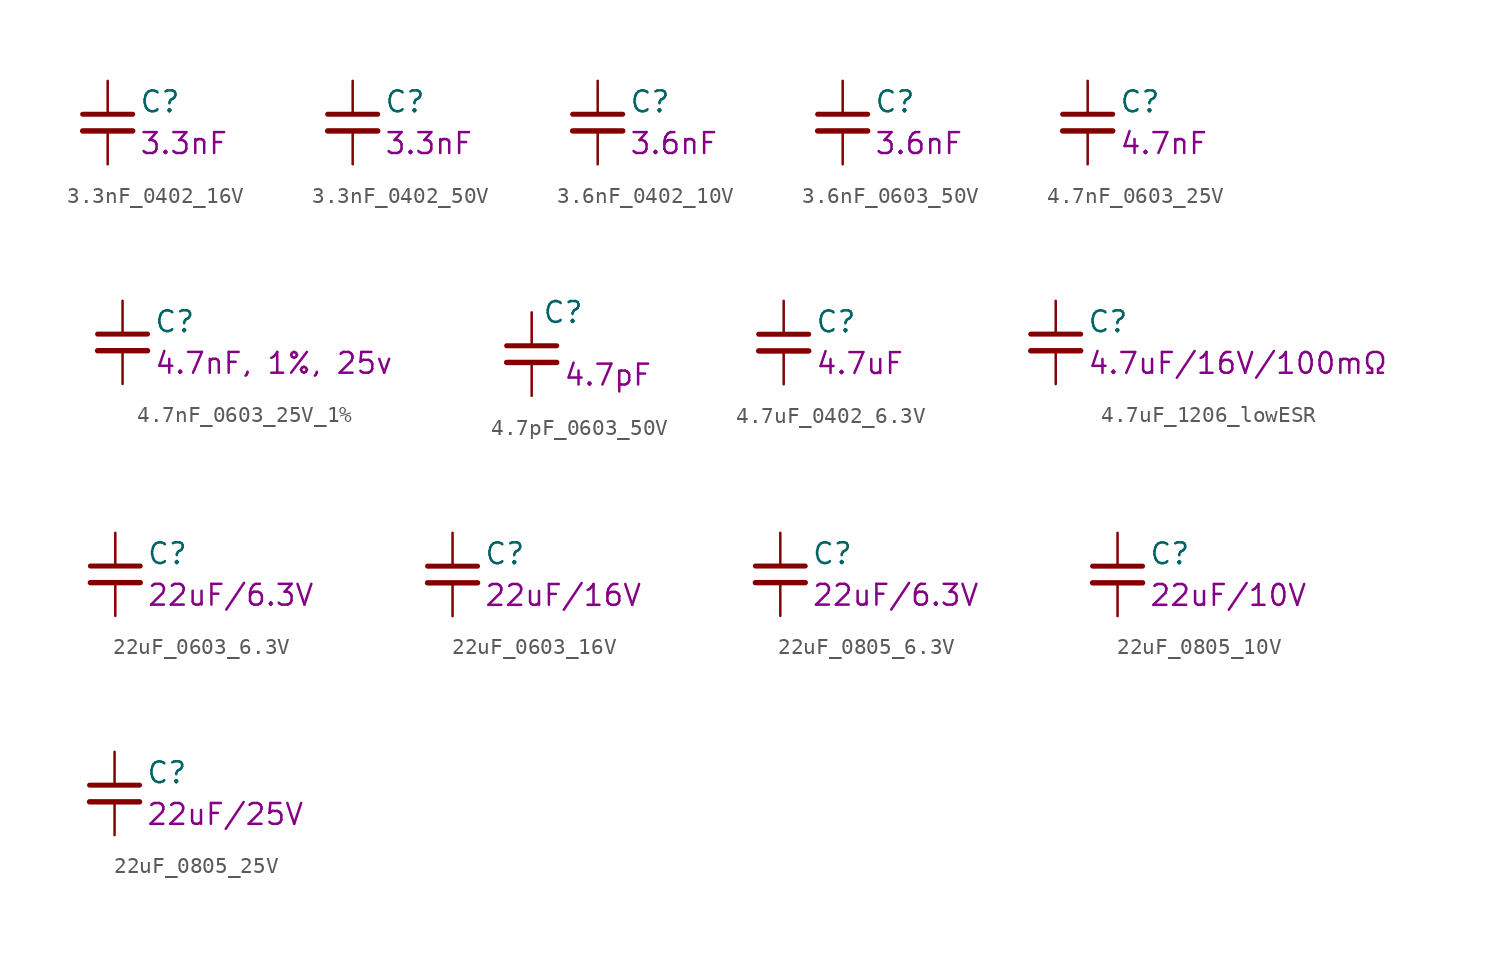
<source format=kicad_sym>
(kicad_symbol_lib
  (version 20211014)
  (generator kicad_symbol_editor)
  (symbol "3.3nF_0402_16V"
    (pin_numbers hide)
    (pin_names
      (offset 0.254) hide)
    (property "Reference" "C"
      (at 1.905 1.27 0)
      (effects (font (size 1.27 1.27)) (justify left)))
    (property "Display" "3.3nF"
      (at 1.905 -1.27 0)
      (effects (font (size 1.27 1.27)) (justify left)))
    (symbol "3.3nF_0402_16V_0_1"
      (polyline (pts (xy -1.524 -0.508) (xy 1.524 -0.508)) (stroke (width 0.33) (type default) (color 0 0 0 0)) (fill (type none)))
      (polyline (pts (xy -1.524 0.508) (xy 1.524 0.508)) (stroke (width 0.305) (type default) (color 0 0 0 0)) (fill (type none))))
    (symbol "3.3nF_0402_16V_1_1"
      (pin passive line (at 0 2.54 270) (length 2.032) (name "~" (effects (font (size 1.27 1.27)))) (number "1" (effects (font (size 1.27 1.27)))))
      (pin passive line (at 0 -2.54 90) (length 2.032) (name "~" (effects (font (size 1.27 1.27)))) (number "2" (effects (font (size 1.27 1.27)))))))
  (symbol "3.3nF_0402_50V"
    (pin_numbers hide)
    (pin_names
      (offset 0.254) hide)
    (property "Reference" "C"
      (at 1.905 1.27 0)
      (effects (font (size 1.27 1.27)) (justify left)))
    (property "Display" "3.3nF"
      (at 1.905 -1.27 0)
      (effects (font (size 1.27 1.27)) (justify left)))
    (symbol "3.3nF_0402_50V_0_1"
      (polyline (pts (xy -1.524 -0.508) (xy 1.524 -0.508)) (stroke (width 0.33) (type default) (color 0 0 0 0)) (fill (type none)))
      (polyline (pts (xy -1.524 0.508) (xy 1.524 0.508)) (stroke (width 0.305) (type default) (color 0 0 0 0)) (fill (type none))))
    (symbol "3.3nF_0402_50V_1_1"
      (pin passive line (at 0 2.54 270) (length 2.032) (name "~" (effects (font (size 1.27 1.27)))) (number "1" (effects (font (size 1.27 1.27)))))
      (pin passive line (at 0 -2.54 90) (length 2.032) (name "~" (effects (font (size 1.27 1.27)))) (number "2" (effects (font (size 1.27 1.27)))))))
  (symbol "3.6nF_0402_10V"
    (pin_numbers hide)
    (pin_names
      (offset 0.254) hide)
    (property "Reference" "C"
      (at 1.905 1.27 0)
      (effects (font (size 1.27 1.27)) (justify left)))
    (property "Display" "3.6nF"
      (at 1.905 -1.27 0)
      (effects (font (size 1.27 1.27)) (justify left)))
    (symbol "3.6nF_0402_10V_0_1"
      (polyline (pts (xy -1.524 -0.508) (xy 1.524 -0.508)) (stroke (width 0.33) (type default) (color 0 0 0 0)) (fill (type none)))
      (polyline (pts (xy -1.524 0.508) (xy 1.524 0.508)) (stroke (width 0.305) (type default) (color 0 0 0 0)) (fill (type none))))
    (symbol "3.6nF_0402_10V_1_1"
      (pin passive line (at 0 2.54 270) (length 2.032) (name "~" (effects (font (size 1.27 1.27)))) (number "1" (effects (font (size 1.27 1.27)))))
      (pin passive line (at 0 -2.54 90) (length 2.032) (name "~" (effects (font (size 1.27 1.27)))) (number "2" (effects (font (size 1.27 1.27)))))))
  (symbol "3.6nF_0603_50V"
    (pin_numbers hide)
    (pin_names
      (offset 0.254) hide)
    (property "Reference" "C"
      (at 1.905 1.27 0)
      (effects (font (size 1.27 1.27)) (justify left)))
    (property "Display" "3.6nF"
      (at 1.905 -1.27 0)
      (effects (font (size 1.27 1.27)) (justify left)))
    (symbol "3.6nF_0603_50V_0_1"
      (polyline (pts (xy -1.524 -0.508) (xy 1.524 -0.508)) (stroke (width 0.33) (type default) (color 0 0 0 0)) (fill (type none)))
      (polyline (pts (xy -1.524 0.508) (xy 1.524 0.508)) (stroke (width 0.305) (type default) (color 0 0 0 0)) (fill (type none))))
    (symbol "3.6nF_0603_50V_1_1"
      (pin passive line (at 0 2.54 270) (length 2.032) (name "~" (effects (font (size 1.27 1.27)))) (number "1" (effects (font (size 1.27 1.27)))))
      (pin passive line (at 0 -2.54 90) (length 2.032) (name "~" (effects (font (size 1.27 1.27)))) (number "2" (effects (font (size 1.27 1.27)))))))
  (symbol "4.7nF_0603_25V"
    (pin_numbers hide)
    (pin_names
      (offset 0.254) hide)
    (property "Reference" "C"
      (at 1.905 1.27 0)
      (effects (font (size 1.27 1.27)) (justify left)))
    (property "Display" "4.7nF"
      (at 1.905 -1.27 0)
      (effects (font (size 1.27 1.27)) (justify left)))
    (symbol "4.7nF_0603_25V_0_1"
      (polyline (pts (xy -1.524 -0.508) (xy 1.524 -0.508)) (stroke (width 0.33) (type default) (color 0 0 0 0)) (fill (type none)))
      (polyline (pts (xy -1.524 0.508) (xy 1.524 0.508)) (stroke (width 0.305) (type default) (color 0 0 0 0)) (fill (type none))))
    (symbol "4.7nF_0603_25V_1_1"
      (pin passive line (at 0 2.54 270) (length 2.032) (name "~" (effects (font (size 1.27 1.27)))) (number "1" (effects (font (size 1.27 1.27)))))
      (pin passive line (at 0 -2.54 90) (length 2.032) (name "~" (effects (font (size 1.27 1.27)))) (number "2" (effects (font (size 1.27 1.27)))))))
  (symbol "4.7nF_0603_25V_1%"
    (pin_numbers hide)
    (pin_names
      (offset 0.254) hide)
    (property "Reference" "C"
      (at 1.905 1.27 0)
      (effects (font (size 1.27 1.27)) (justify left)))
    (property "Display" "4.7nF, 1%, 25v"
      (at 1.905 -1.27 0)
      (effects (font (size 1.27 1.27)) (justify left)))
    (symbol "4.7nF_0603_25V_1%_0_1"
      (polyline (pts (xy -1.524 -0.508) (xy 1.524 -0.508)) (stroke (width 0.33) (type default) (color 0 0 0 0)) (fill (type none)))
      (polyline (pts (xy -1.524 0.508) (xy 1.524 0.508)) (stroke (width 0.305) (type default) (color 0 0 0 0)) (fill (type none))))
    (symbol "4.7nF_0603_25V_1%_1_1"
      (pin passive line (at 0 2.54 270) (length 2.032) (name "~" (effects (font (size 1.27 1.27)))) (number "1" (effects (font (size 1.27 1.27)))))
      (pin passive line (at 0 -2.54 90) (length 2.032) (name "~" (effects (font (size 1.27 1.27)))) (number "2" (effects (font (size 1.27 1.27)))))))
  (symbol "4.7pF_0603_50V"
    (pin_numbers hide)
    (pin_names
      (offset 0.254))
    (property "Reference" "C"
      (at 0.635 2.54 0)
      (effects (font (size 1.27 1.27)) (justify left)))
    (property "Display" "4.7pF"
      (at 1.905 -1.27 0)
      (effects (font (size 1.27 1.27)) (justify left)))
    (symbol "4.7pF_0603_50V_1_1"
      (polyline (pts (xy -1.524 -0.508) (xy 1.524 -0.508)) (stroke (width 0.33) (type default) (color 0 0 0 0)) (fill (type none)))
      (polyline (pts (xy -1.524 0.508) (xy 1.524 0.508)) (stroke (width 0.305) (type default) (color 0 0 0 0)) (fill (type none)))
      (pin passive line (at 0 2.54 270) (length 2.032) (name "~" (effects (font (size 1.27 1.27)))) (number "1" (effects (font (size 1.27 1.27)))))
      (pin passive line (at 0 -2.54 90) (length 2.032) (name "~" (effects (font (size 1.27 1.27)))) (number "2" (effects (font (size 1.27 1.27)))))))
  (symbol "4.7uF_0402_6.3V"
    (pin_numbers hide)
    (pin_names
      (offset 0.254) hide)
    (property "Reference" "C"
      (at 1.905 1.27 0)
      (effects (font (size 1.27 1.27)) (justify left)))
    (property "Display" "4.7uF"
      (at 1.905 -1.27 0)
      (effects (font (size 1.27 1.27)) (justify left)))
    (symbol "4.7uF_0402_6.3V_0_1"
      (polyline (pts (xy -1.524 -0.508) (xy 1.524 -0.508)) (stroke (width 0.33) (type default) (color 0 0 0 0)) (fill (type none)))
      (polyline (pts (xy -1.524 0.508) (xy 1.524 0.508)) (stroke (width 0.305) (type default) (color 0 0 0 0)) (fill (type none))))
    (symbol "4.7uF_0402_6.3V_1_1"
      (pin passive line (at 0 2.54 270) (length 2.032) (name "~" (effects (font (size 1.27 1.27)))) (number "1" (effects (font (size 1.27 1.27)))))
      (pin passive line (at 0 -2.54 90) (length 2.032) (name "~" (effects (font (size 1.27 1.27)))) (number "2" (effects (font (size 1.27 1.27)))))))
  (symbol "4.7uF_1206_lowESR"
    (pin_numbers hide)
    (pin_names
      (offset 0.254) hide)
    (property "Reference" "C"
      (at 1.905 1.27 0)
      (effects (font (size 1.27 1.27)) (justify left)))
    (property "Display" "4.7uF/16V/100mΩ"
      (at 1.905 -1.27 0)
      (effects (font (size 1.27 1.27)) (justify left)))
    (symbol "4.7uF_1206_lowESR_0_1"
      (polyline (pts (xy -1.524 -0.508) (xy 1.524 -0.508)) (stroke (width 0.33) (type default) (color 0 0 0 0)) (fill (type none)))
      (polyline (pts (xy -1.524 0.508) (xy 1.524 0.508)) (stroke (width 0.305) (type default) (color 0 0 0 0)) (fill (type none))))
    (symbol "4.7uF_1206_lowESR_1_1"
      (pin passive line (at 0 2.54 270) (length 2.032) (name "~" (effects (font (size 1.27 1.27)))) (number "1" (effects (font (size 1.27 1.27)))))
      (pin passive line (at 0 -2.54 90) (length 2.032) (name "~" (effects (font (size 1.27 1.27)))) (number "2" (effects (font (size 1.27 1.27)))))))
  (symbol "22uF_0603_6.3V"
    (pin_numbers hide)
    (pin_names
      (offset 0.254) hide)
    (property "Reference" "C"
      (at 1.905 1.27 0)
      (effects (font (size 1.27 1.27)) (justify left)))
    (property "Display" "22uF/6.3V"
      (at 1.905 -1.27 0)
      (effects (font (size 1.27 1.27)) (justify left)))
    (symbol "22uF_0603_6.3V_0_1"
      (polyline (pts (xy -1.524 -0.508) (xy 1.524 -0.508)) (stroke (width 0.33) (type default) (color 0 0 0 0)) (fill (type none)))
      (polyline (pts (xy -1.524 0.508) (xy 1.524 0.508)) (stroke (width 0.305) (type default) (color 0 0 0 0)) (fill (type none))))
    (symbol "22uF_0603_6.3V_1_1"
      (pin passive line (at 0 2.54 270) (length 2.032) (name "~" (effects (font (size 1.27 1.27)))) (number "1" (effects (font (size 1.27 1.27)))))
      (pin passive line (at 0 -2.54 90) (length 2.032) (name "~" (effects (font (size 1.27 1.27)))) (number "2" (effects (font (size 1.27 1.27)))))))
  (symbol "22uF_0603_16V"
    (pin_numbers hide)
    (pin_names
      (offset 0.254) hide)
    (property "Reference" "C"
      (at 1.905 1.27 0)
      (effects (font (size 1.27 1.27)) (justify left)))
    (property "Display" "22uF/16V"
      (at 1.905 -1.27 0)
      (effects (font (size 1.27 1.27)) (justify left)))
    (symbol "22uF_0603_16V_0_1"
      (polyline (pts (xy -1.524 -0.508) (xy 1.524 -0.508)) (stroke (width 0.33) (type default) (color 0 0 0 0)) (fill (type none)))
      (polyline (pts (xy -1.524 0.508) (xy 1.524 0.508)) (stroke (width 0.305) (type default) (color 0 0 0 0)) (fill (type none))))
    (symbol "22uF_0603_16V_1_1"
      (pin passive line (at 0 2.54 270) (length 2.032) (name "~" (effects (font (size 1.27 1.27)))) (number "1" (effects (font (size 1.27 1.27)))))
      (pin passive line (at 0 -2.54 90) (length 2.032) (name "~" (effects (font (size 1.27 1.27)))) (number "2" (effects (font (size 1.27 1.27)))))))
  (symbol "22uF_0805_6.3V"
    (pin_numbers hide)
    (pin_names
      (offset 0.254) hide)
    (property "Reference" "C"
      (at 1.905 1.27 0)
      (effects (font (size 1.27 1.27)) (justify left)))
    (property "Display" "22uF/6.3V"
      (at 1.905 -1.27 0)
      (effects (font (size 1.27 1.27)) (justify left)))
    (symbol "22uF_0805_6.3V_0_1"
      (polyline (pts (xy -1.524 -0.508) (xy 1.524 -0.508)) (stroke (width 0.33) (type default) (color 0 0 0 0)) (fill (type none)))
      (polyline (pts (xy -1.524 0.508) (xy 1.524 0.508)) (stroke (width 0.305) (type default) (color 0 0 0 0)) (fill (type none))))
    (symbol "22uF_0805_6.3V_1_1"
      (pin passive line (at 0 2.54 270) (length 2.032) (name "~" (effects (font (size 1.27 1.27)))) (number "1" (effects (font (size 1.27 1.27)))))
      (pin passive line (at 0 -2.54 90) (length 2.032) (name "~" (effects (font (size 1.27 1.27)))) (number "2" (effects (font (size 1.27 1.27)))))))
  (symbol "22uF_0805_10V"
    (pin_numbers hide)
    (pin_names
      (offset 0.254))
    (property "Reference" "C"
      (at 1.905 1.27 0)
      (effects (font (size 1.27 1.27)) (justify left)))
    (property "Display" "22uF/10V"
      (at 1.905 -1.27 0)
      (effects (font (size 1.27 1.27)) (justify left)))
    (symbol "22uF_0805_10V_1_1"
      (polyline (pts (xy -1.524 -0.508) (xy 1.524 -0.508)) (stroke (width 0.33) (type default) (color 0 0 0 0)) (fill (type none)))
      (polyline (pts (xy -1.524 0.508) (xy 1.524 0.508)) (stroke (width 0.305) (type default) (color 0 0 0 0)) (fill (type none)))
      (pin passive line (at 0 2.54 270) (length 2.032) (name "~" (effects (font (size 1.27 1.27)))) (number "1" (effects (font (size 1.27 1.27)))))
      (pin passive line (at 0 -2.54 90) (length 2.032) (name "~" (effects (font (size 1.27 1.27)))) (number "2" (effects (font (size 1.27 1.27)))))))
  (symbol "22uF_0805_25V"
    (pin_numbers hide)
    (pin_names
      (offset 0.254))
    (property "Reference" "C"
      (at 1.905 1.27 0)
      (effects (font (size 1.27 1.27)) (justify left)))
    (property "Display" "22uF/25V"
      (at 1.905 -1.27 0)
      (effects (font (size 1.27 1.27)) (justify left)))
    (symbol "22uF_0805_25V_1_1"
      (polyline (pts (xy -1.524 -0.508) (xy 1.524 -0.508)) (stroke (width 0.33) (type default) (color 0 0 0 0)) (fill (type none)))
      (polyline (pts (xy -1.524 0.508) (xy 1.524 0.508)) (stroke (width 0.305) (type default) (color 0 0 0 0)) (fill (type none)))
      (pin passive line (at 0 2.54 270) (length 2.032) (name "~" (effects (font (size 1.27 1.27)))) (number "1" (effects (font (size 1.27 1.27)))))
      (pin passive line (at 0 -2.54 90) (length 2.032) (name "~" (effects (font (size 1.27 1.27)))) (number "2" (effects (font (size 1.27 1.27))))))))
</source>
